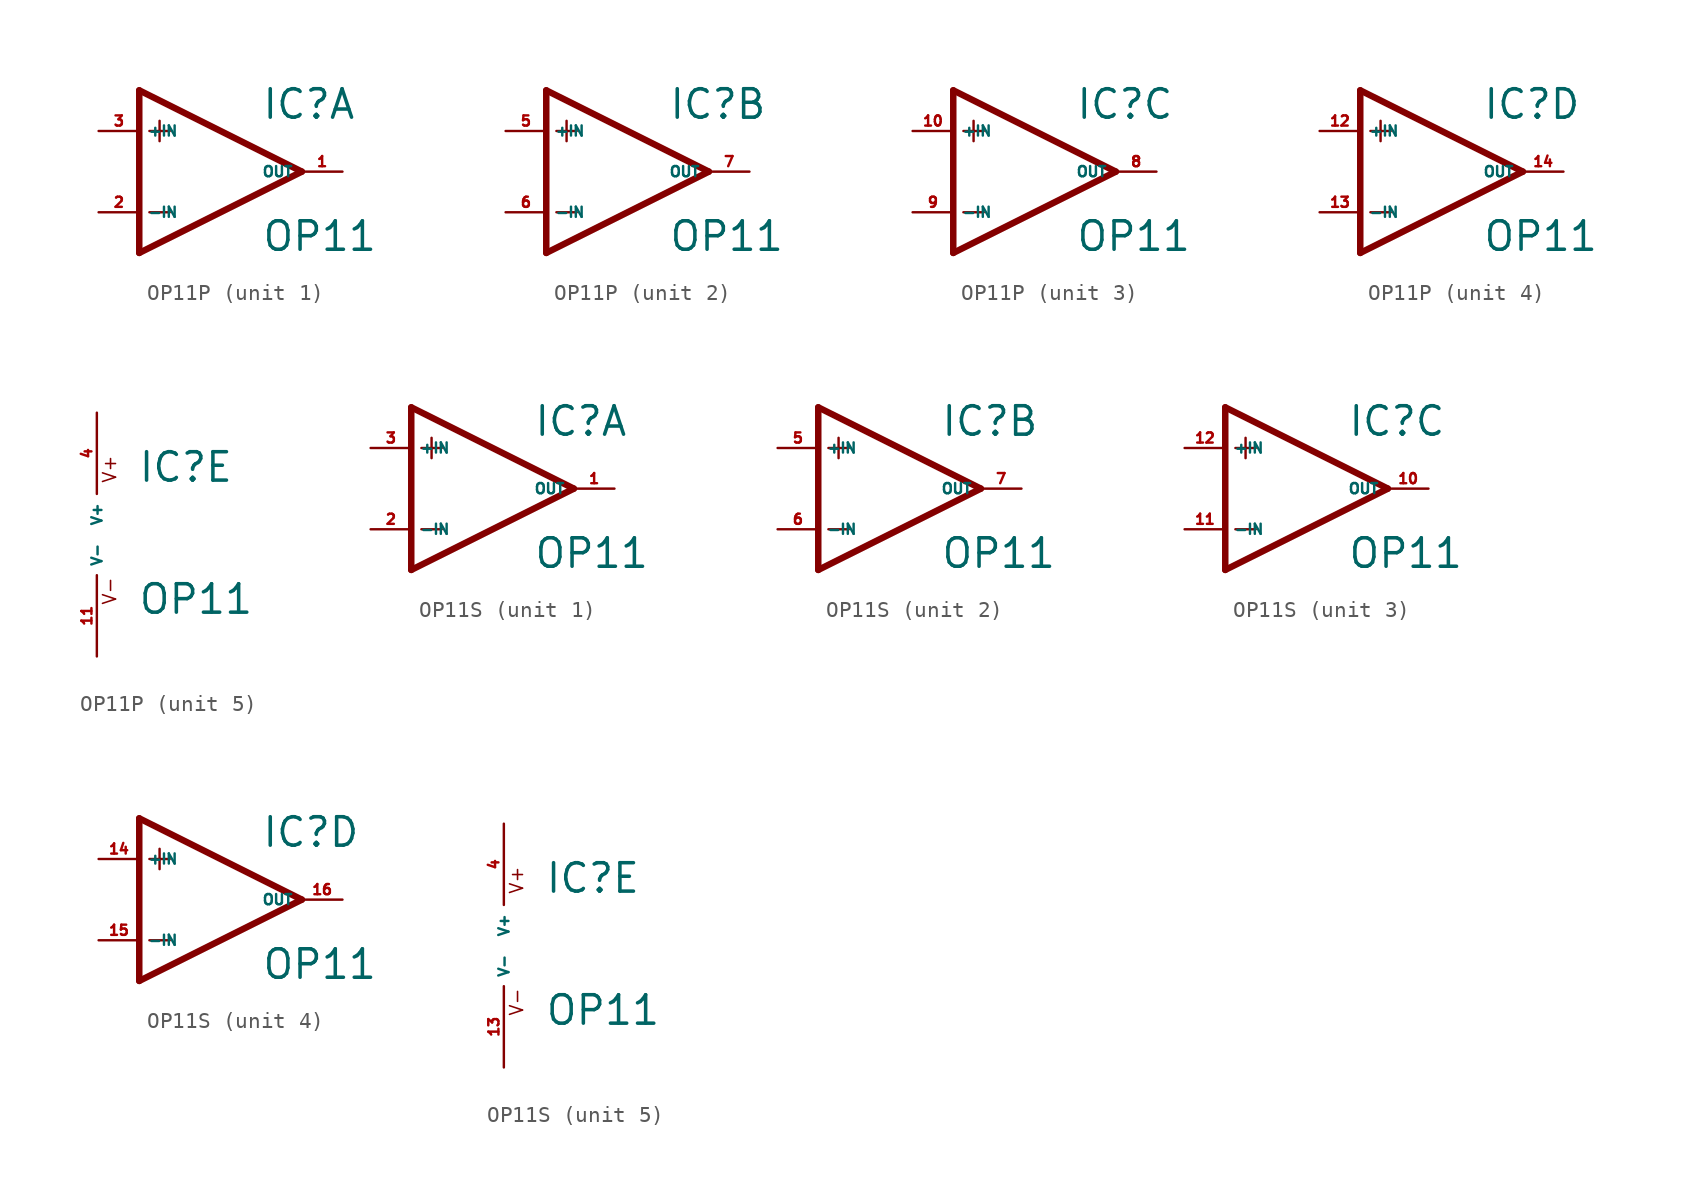
<source format=kicad_sym>
(kicad_symbol_lib
  (version 20220914)
  (generator Eagle2Kicad)
  (symbol "OP11P"
    (property "Reference" "IC"
      (at 2.54 3.175 0)
      (effects (font (size 1.778 1.778) (thickness 0.22)) (justify left bottom)))
    (property "Value" "OP11"
      (at 2.54 -5.08 0)
      (effects (font (size 1.778 1.778) (thickness 0.22)) (justify left bottom)))
    (symbol "OP11P_1_0"
      (polyline (pts (xy -5.08 5.08) (xy -5.08 -5.08)) (stroke (width 0.406) (type default)) (fill (type none)))
      (polyline (pts (xy -5.08 -5.08) (xy 5.08 0)) (stroke (width 0.406) (type default)) (fill (type none)))
      (polyline (pts (xy 5.08 0) (xy -5.08 5.08)) (stroke (width 0.406) (type default)) (fill (type none)))
      (polyline (pts (xy -3.81 3.175) (xy -3.81 1.905)) (stroke (width 0.152) (type default)) (fill (type none)))
      (polyline (pts (xy -4.445 2.54) (xy -3.175 2.54)) (stroke (width 0.152) (type default)) (fill (type none)))
      (polyline (pts (xy -4.445 -2.54) (xy -3.175 -2.54)) (stroke (width 0.152) (type default)) (fill (type none)))
      (pin input line (at -7.62 -2.54 0) (length 2.54) (name "-IN" (effects (font (size 0.635 0.635) (thickness 0.08)) (justify left bottom))) (number "2" (effects (font (size 0.635 0.635) (thickness 0.08)) (justify left bottom))))
      (pin input line (at -7.62 2.54 0) (length 2.54) (name "+IN" (effects (font (size 0.635 0.635) (thickness 0.08)) (justify left bottom))) (number "3" (effects (font (size 0.635 0.635) (thickness 0.08)) (justify left bottom))))
      (pin output line (at 7.62 0 180) (length 2.54) (name "OUT" (effects (font (size 0.635 0.635) (thickness 0.08)) (justify left bottom))) (number "1" (effects (font (size 0.635 0.635) (thickness 0.08)) (justify left bottom)))))
    (symbol "OP11P_2_0"
      (polyline (pts (xy -5.08 5.08) (xy -5.08 -5.08)) (stroke (width 0.406) (type default)) (fill (type none)))
      (polyline (pts (xy -5.08 -5.08) (xy 5.08 0)) (stroke (width 0.406) (type default)) (fill (type none)))
      (polyline (pts (xy 5.08 0) (xy -5.08 5.08)) (stroke (width 0.406) (type default)) (fill (type none)))
      (polyline (pts (xy -3.81 3.175) (xy -3.81 1.905)) (stroke (width 0.152) (type default)) (fill (type none)))
      (polyline (pts (xy -4.445 2.54) (xy -3.175 2.54)) (stroke (width 0.152) (type default)) (fill (type none)))
      (polyline (pts (xy -4.445 -2.54) (xy -3.175 -2.54)) (stroke (width 0.152) (type default)) (fill (type none)))
      (pin input line (at -7.62 -2.54 0) (length 2.54) (name "-IN" (effects (font (size 0.635 0.635) (thickness 0.08)) (justify left bottom))) (number "6" (effects (font (size 0.635 0.635) (thickness 0.08)) (justify left bottom))))
      (pin input line (at -7.62 2.54 0) (length 2.54) (name "+IN" (effects (font (size 0.635 0.635) (thickness 0.08)) (justify left bottom))) (number "5" (effects (font (size 0.635 0.635) (thickness 0.08)) (justify left bottom))))
      (pin output line (at 7.62 0 180) (length 2.54) (name "OUT" (effects (font (size 0.635 0.635) (thickness 0.08)) (justify left bottom))) (number "7" (effects (font (size 0.635 0.635) (thickness 0.08)) (justify left bottom)))))
    (symbol "OP11P_3_0"
      (polyline (pts (xy -5.08 5.08) (xy -5.08 -5.08)) (stroke (width 0.406) (type default)) (fill (type none)))
      (polyline (pts (xy -5.08 -5.08) (xy 5.08 0)) (stroke (width 0.406) (type default)) (fill (type none)))
      (polyline (pts (xy 5.08 0) (xy -5.08 5.08)) (stroke (width 0.406) (type default)) (fill (type none)))
      (polyline (pts (xy -3.81 3.175) (xy -3.81 1.905)) (stroke (width 0.152) (type default)) (fill (type none)))
      (polyline (pts (xy -4.445 2.54) (xy -3.175 2.54)) (stroke (width 0.152) (type default)) (fill (type none)))
      (polyline (pts (xy -4.445 -2.54) (xy -3.175 -2.54)) (stroke (width 0.152) (type default)) (fill (type none)))
      (pin input line (at -7.62 -2.54 0) (length 2.54) (name "-IN" (effects (font (size 0.635 0.635) (thickness 0.08)) (justify left bottom))) (number "9" (effects (font (size 0.635 0.635) (thickness 0.08)) (justify left bottom))))
      (pin input line (at -7.62 2.54 0) (length 2.54) (name "+IN" (effects (font (size 0.635 0.635) (thickness 0.08)) (justify left bottom))) (number "10" (effects (font (size 0.635 0.635) (thickness 0.08)) (justify left bottom))))
      (pin output line (at 7.62 0 180) (length 2.54) (name "OUT" (effects (font (size 0.635 0.635) (thickness 0.08)) (justify left bottom))) (number "8" (effects (font (size 0.635 0.635) (thickness 0.08)) (justify left bottom)))))
    (symbol "OP11P_4_0"
      (polyline (pts (xy -5.08 5.08) (xy -5.08 -5.08)) (stroke (width 0.406) (type default)) (fill (type none)))
      (polyline (pts (xy -5.08 -5.08) (xy 5.08 0)) (stroke (width 0.406) (type default)) (fill (type none)))
      (polyline (pts (xy 5.08 0) (xy -5.08 5.08)) (stroke (width 0.406) (type default)) (fill (type none)))
      (polyline (pts (xy -3.81 3.175) (xy -3.81 1.905)) (stroke (width 0.152) (type default)) (fill (type none)))
      (polyline (pts (xy -4.445 2.54) (xy -3.175 2.54)) (stroke (width 0.152) (type default)) (fill (type none)))
      (polyline (pts (xy -4.445 -2.54) (xy -3.175 -2.54)) (stroke (width 0.152) (type default)) (fill (type none)))
      (pin input line (at -7.62 -2.54 0) (length 2.54) (name "-IN" (effects (font (size 0.635 0.635) (thickness 0.08)) (justify left bottom))) (number "13" (effects (font (size 0.635 0.635) (thickness 0.08)) (justify left bottom))))
      (pin input line (at -7.62 2.54 0) (length 2.54) (name "+IN" (effects (font (size 0.635 0.635) (thickness 0.08)) (justify left bottom))) (number "12" (effects (font (size 0.635 0.635) (thickness 0.08)) (justify left bottom))))
      (pin output line (at 7.62 0 180) (length 2.54) (name "OUT" (effects (font (size 0.635 0.635) (thickness 0.08)) (justify left bottom))) (number "14" (effects (font (size 0.635 0.635) (thickness 0.08)) (justify left bottom)))))
    (symbol "OP11P_5_0"
      (text "V+" (at 1.27 3.175 900) (effects (font (size 0.813 0.813) (thickness 0.10)) (justify left bottom)))
      (text "V-" (at 1.27 -4.445 900) (effects (font (size 0.813 0.813) (thickness 0.10)) (justify left bottom)))
      (pin unspecified line (at 0 7.62 270) (length 5.08) (name "V+" (effects (font (size 0.635 0.635) (thickness 0.08)) (justify left bottom))) (number "4" (effects (font (size 0.635 0.635) (thickness 0.08)) (justify left bottom))))
      (pin unspecified line (at 0 -7.62 90) (length 5.08) (name "V-" (effects (font (size 0.635 0.635) (thickness 0.08)) (justify left bottom))) (number "11" (effects (font (size 0.635 0.635) (thickness 0.08)) (justify left bottom))))))
  (symbol "OP11S"
    (property "Reference" "IC"
      (at 2.54 3.175 0)
      (effects (font (size 1.778 1.778) (thickness 0.22)) (justify left bottom)))
    (property "Value" "OP11"
      (at 2.54 -5.08 0)
      (effects (font (size 1.778 1.778) (thickness 0.22)) (justify left bottom)))
    (symbol "OP11S_1_0"
      (polyline (pts (xy -5.08 5.08) (xy -5.08 -5.08)) (stroke (width 0.406) (type default)) (fill (type none)))
      (polyline (pts (xy -5.08 -5.08) (xy 5.08 0)) (stroke (width 0.406) (type default)) (fill (type none)))
      (polyline (pts (xy 5.08 0) (xy -5.08 5.08)) (stroke (width 0.406) (type default)) (fill (type none)))
      (polyline (pts (xy -3.81 3.175) (xy -3.81 1.905)) (stroke (width 0.152) (type default)) (fill (type none)))
      (polyline (pts (xy -4.445 2.54) (xy -3.175 2.54)) (stroke (width 0.152) (type default)) (fill (type none)))
      (polyline (pts (xy -4.445 -2.54) (xy -3.175 -2.54)) (stroke (width 0.152) (type default)) (fill (type none)))
      (pin input line (at -7.62 -2.54 0) (length 2.54) (name "-IN" (effects (font (size 0.635 0.635) (thickness 0.08)) (justify left bottom))) (number "2" (effects (font (size 0.635 0.635) (thickness 0.08)) (justify left bottom))))
      (pin input line (at -7.62 2.54 0) (length 2.54) (name "+IN" (effects (font (size 0.635 0.635) (thickness 0.08)) (justify left bottom))) (number "3" (effects (font (size 0.635 0.635) (thickness 0.08)) (justify left bottom))))
      (pin output line (at 7.62 0 180) (length 2.54) (name "OUT" (effects (font (size 0.635 0.635) (thickness 0.08)) (justify left bottom))) (number "1" (effects (font (size 0.635 0.635) (thickness 0.08)) (justify left bottom)))))
    (symbol "OP11S_2_0"
      (polyline (pts (xy -5.08 5.08) (xy -5.08 -5.08)) (stroke (width 0.406) (type default)) (fill (type none)))
      (polyline (pts (xy -5.08 -5.08) (xy 5.08 0)) (stroke (width 0.406) (type default)) (fill (type none)))
      (polyline (pts (xy 5.08 0) (xy -5.08 5.08)) (stroke (width 0.406) (type default)) (fill (type none)))
      (polyline (pts (xy -3.81 3.175) (xy -3.81 1.905)) (stroke (width 0.152) (type default)) (fill (type none)))
      (polyline (pts (xy -4.445 2.54) (xy -3.175 2.54)) (stroke (width 0.152) (type default)) (fill (type none)))
      (polyline (pts (xy -4.445 -2.54) (xy -3.175 -2.54)) (stroke (width 0.152) (type default)) (fill (type none)))
      (pin input line (at -7.62 -2.54 0) (length 2.54) (name "-IN" (effects (font (size 0.635 0.635) (thickness 0.08)) (justify left bottom))) (number "6" (effects (font (size 0.635 0.635) (thickness 0.08)) (justify left bottom))))
      (pin input line (at -7.62 2.54 0) (length 2.54) (name "+IN" (effects (font (size 0.635 0.635) (thickness 0.08)) (justify left bottom))) (number "5" (effects (font (size 0.635 0.635) (thickness 0.08)) (justify left bottom))))
      (pin output line (at 7.62 0 180) (length 2.54) (name "OUT" (effects (font (size 0.635 0.635) (thickness 0.08)) (justify left bottom))) (number "7" (effects (font (size 0.635 0.635) (thickness 0.08)) (justify left bottom)))))
    (symbol "OP11S_3_0"
      (polyline (pts (xy -5.08 5.08) (xy -5.08 -5.08)) (stroke (width 0.406) (type default)) (fill (type none)))
      (polyline (pts (xy -5.08 -5.08) (xy 5.08 0)) (stroke (width 0.406) (type default)) (fill (type none)))
      (polyline (pts (xy 5.08 0) (xy -5.08 5.08)) (stroke (width 0.406) (type default)) (fill (type none)))
      (polyline (pts (xy -3.81 3.175) (xy -3.81 1.905)) (stroke (width 0.152) (type default)) (fill (type none)))
      (polyline (pts (xy -4.445 2.54) (xy -3.175 2.54)) (stroke (width 0.152) (type default)) (fill (type none)))
      (polyline (pts (xy -4.445 -2.54) (xy -3.175 -2.54)) (stroke (width 0.152) (type default)) (fill (type none)))
      (pin input line (at -7.62 -2.54 0) (length 2.54) (name "-IN" (effects (font (size 0.635 0.635) (thickness 0.08)) (justify left bottom))) (number "11" (effects (font (size 0.635 0.635) (thickness 0.08)) (justify left bottom))))
      (pin input line (at -7.62 2.54 0) (length 2.54) (name "+IN" (effects (font (size 0.635 0.635) (thickness 0.08)) (justify left bottom))) (number "12" (effects (font (size 0.635 0.635) (thickness 0.08)) (justify left bottom))))
      (pin output line (at 7.62 0 180) (length 2.54) (name "OUT" (effects (font (size 0.635 0.635) (thickness 0.08)) (justify left bottom))) (number "10" (effects (font (size 0.635 0.635) (thickness 0.08)) (justify left bottom)))))
    (symbol "OP11S_4_0"
      (polyline (pts (xy -5.08 5.08) (xy -5.08 -5.08)) (stroke (width 0.406) (type default)) (fill (type none)))
      (polyline (pts (xy -5.08 -5.08) (xy 5.08 0)) (stroke (width 0.406) (type default)) (fill (type none)))
      (polyline (pts (xy 5.08 0) (xy -5.08 5.08)) (stroke (width 0.406) (type default)) (fill (type none)))
      (polyline (pts (xy -3.81 3.175) (xy -3.81 1.905)) (stroke (width 0.152) (type default)) (fill (type none)))
      (polyline (pts (xy -4.445 2.54) (xy -3.175 2.54)) (stroke (width 0.152) (type default)) (fill (type none)))
      (polyline (pts (xy -4.445 -2.54) (xy -3.175 -2.54)) (stroke (width 0.152) (type default)) (fill (type none)))
      (pin input line (at -7.62 -2.54 0) (length 2.54) (name "-IN" (effects (font (size 0.635 0.635) (thickness 0.08)) (justify left bottom))) (number "15" (effects (font (size 0.635 0.635) (thickness 0.08)) (justify left bottom))))
      (pin input line (at -7.62 2.54 0) (length 2.54) (name "+IN" (effects (font (size 0.635 0.635) (thickness 0.08)) (justify left bottom))) (number "14" (effects (font (size 0.635 0.635) (thickness 0.08)) (justify left bottom))))
      (pin output line (at 7.62 0 180) (length 2.54) (name "OUT" (effects (font (size 0.635 0.635) (thickness 0.08)) (justify left bottom))) (number "16" (effects (font (size 0.635 0.635) (thickness 0.08)) (justify left bottom)))))
    (symbol "OP11S_5_0"
      (text "V+" (at 1.27 3.175 900) (effects (font (size 0.813 0.813) (thickness 0.10)) (justify left bottom)))
      (text "V-" (at 1.27 -4.445 900) (effects (font (size 0.813 0.813) (thickness 0.10)) (justify left bottom)))
      (pin unspecified line (at 0 7.62 270) (length 5.08) (name "V+" (effects (font (size 0.635 0.635) (thickness 0.08)) (justify left bottom))) (number "4" (effects (font (size 0.635 0.635) (thickness 0.08)) (justify left bottom))))
      (pin unspecified line (at 0 -7.62 90) (length 5.08) (name "V-" (effects (font (size 0.635 0.635) (thickness 0.08)) (justify left bottom))) (number "13" (effects (font (size 0.635 0.635) (thickness 0.08)) (justify left bottom)))))))
</source>
